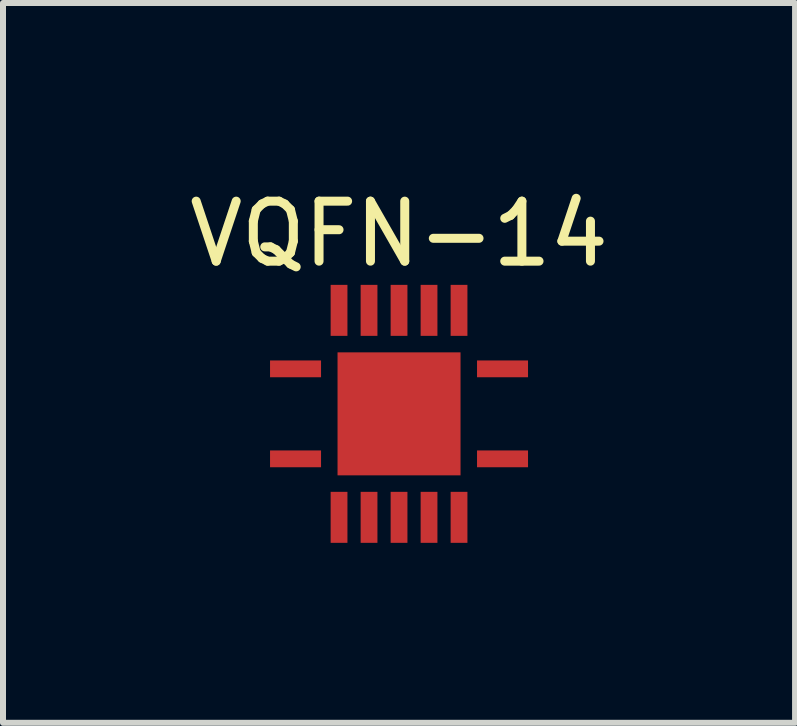
<source format=kicad_pcb>
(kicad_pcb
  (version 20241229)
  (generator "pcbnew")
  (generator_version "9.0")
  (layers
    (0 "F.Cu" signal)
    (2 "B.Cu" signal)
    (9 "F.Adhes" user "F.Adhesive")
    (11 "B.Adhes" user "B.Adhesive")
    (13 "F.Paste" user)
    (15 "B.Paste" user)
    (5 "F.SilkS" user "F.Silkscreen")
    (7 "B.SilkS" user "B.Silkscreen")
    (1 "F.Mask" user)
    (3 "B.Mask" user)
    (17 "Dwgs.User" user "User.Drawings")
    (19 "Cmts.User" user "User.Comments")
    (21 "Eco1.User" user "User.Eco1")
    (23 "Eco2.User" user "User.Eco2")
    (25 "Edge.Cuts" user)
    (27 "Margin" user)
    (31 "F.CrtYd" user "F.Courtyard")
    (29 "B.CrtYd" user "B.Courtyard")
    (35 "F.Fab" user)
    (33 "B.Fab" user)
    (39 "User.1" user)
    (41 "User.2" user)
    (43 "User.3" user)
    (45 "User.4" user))
  (footprint "VQFN-14"
    (layer "F.Cu")
    (at 3.601 3.848)
    (property "Reference" "VQFN-14" (at 0 -3 0) (layer "F.SilkS") (effects (font (size 1 1) (thickness 0.15))))
    (attr through_hole)
    (pad "1" smd rect (at -1.725 0.75) (size 0.85 0.28) (layers "F.Cu" "F.Mask" "F.Paste"))
    (pad "2" smd rect (at -1 1.725) (size 0.28 0.85) (layers "F.Cu" "F.Mask" "F.Paste"))
    (pad "3" smd rect (at -0.5 1.725) (size 0.28 0.85) (layers "F.Cu" "F.Mask" "F.Paste"))
    (pad "4" smd rect (at 0 1.725) (size 0.28 0.85) (layers "F.Cu" "F.Mask" "F.Paste"))
    (pad "5" smd rect (at 0.5 1.725) (size 0.28 0.85) (layers "F.Cu" "F.Mask" "F.Paste"))
    (pad "6" smd rect (at 1 1.725) (size 0.28 0.85) (layers "F.Cu" "F.Mask" "F.Paste"))
    (pad "7" smd rect (at 1.725 0.75) (size 0.85 0.28) (layers "F.Cu" "F.Mask" "F.Paste"))
    (pad "8" smd rect (at 1.725 -0.75) (size 0.85 0.28) (layers "F.Cu" "F.Mask" "F.Paste"))
    (pad "9" smd rect (at 1 -1.725) (size 0.28 0.85) (layers "F.Cu" "F.Mask" "F.Paste"))
    (pad "10" smd rect (at 0.5 -1.725) (size 0.28 0.85) (layers "F.Cu" "F.Mask" "F.Paste"))
    (pad "11" smd rect (at 0 -1.725) (size 0.28 0.85) (layers "F.Cu" "F.Mask" "F.Paste"))
    (pad "12" smd rect (at -0.5 -1.725) (size 0.28 0.85) (layers "F.Cu" "F.Mask" "F.Paste"))
    (pad "13" smd rect (at -1 -1.725) (size 0.28 0.85) (layers "F.Cu" "F.Mask" "F.Paste"))
    (pad "14" smd rect (at -1.725 -0.75) (size 0.85 0.28) (layers "F.Cu" "F.Mask" "F.Paste"))
    (pad "15" smd rect (at 0 0) (size 2.05 2.05) (layers "F.Cu" "F.Mask" "F.Paste")))
  (gr_rect
    (start -3 -3)
    (end 10.202 8.998)
    (stroke (width 0.1) (type default))
    (fill no)
    (layer "Edge.Cuts")))
</source>
